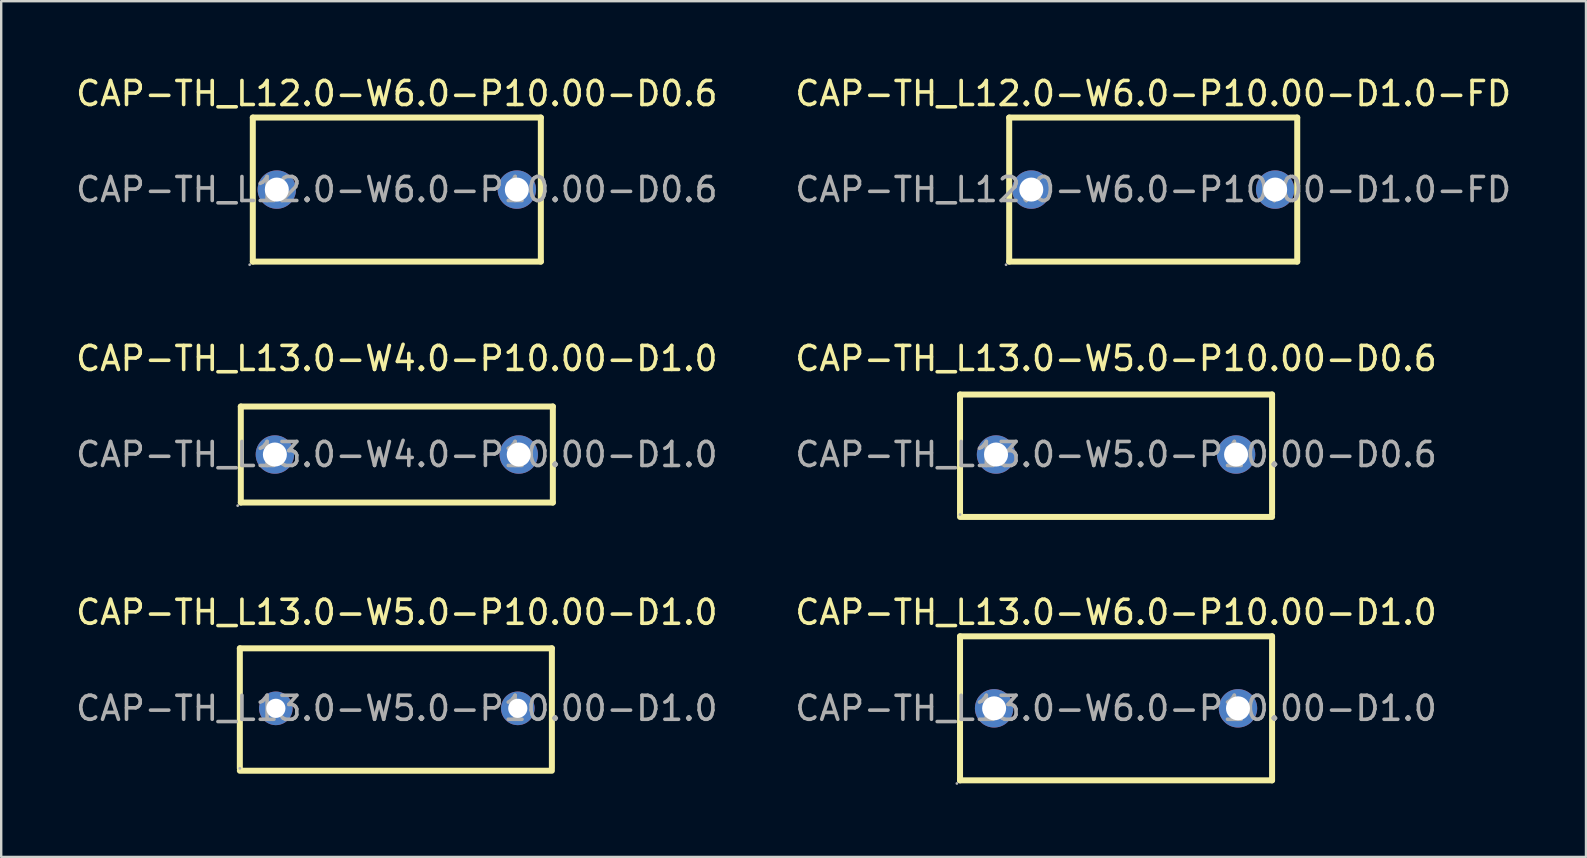
<source format=kicad_pcb>
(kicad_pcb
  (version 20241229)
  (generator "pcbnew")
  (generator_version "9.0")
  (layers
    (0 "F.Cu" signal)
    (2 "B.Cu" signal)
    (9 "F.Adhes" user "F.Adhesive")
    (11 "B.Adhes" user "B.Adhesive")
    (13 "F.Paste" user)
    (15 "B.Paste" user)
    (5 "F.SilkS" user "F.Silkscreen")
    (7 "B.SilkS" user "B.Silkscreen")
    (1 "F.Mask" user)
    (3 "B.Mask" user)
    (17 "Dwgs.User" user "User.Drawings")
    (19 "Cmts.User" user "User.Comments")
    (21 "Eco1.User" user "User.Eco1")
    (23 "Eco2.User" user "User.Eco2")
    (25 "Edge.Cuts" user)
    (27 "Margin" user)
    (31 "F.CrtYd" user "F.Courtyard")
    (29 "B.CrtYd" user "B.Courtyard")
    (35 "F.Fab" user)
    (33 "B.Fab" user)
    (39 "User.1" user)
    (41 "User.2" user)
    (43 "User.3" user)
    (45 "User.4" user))
  (footprint "CAP-TH_L13.0-W4.0-P10.00-D1.0"
    (layer "F.Cu")
    (at 13.482 15.886)
    (property "Reference" "CAP-TH_L13.0-W4.0-P10.00-D1.0" (at 0 -4 0) (layer "F.SilkS") (effects (font (size 1 1) (thickness 0.15))))
    (attr through_hole)
    (fp_line (start -6.5 -2) (end 6.5 -2) (stroke (width 0.25) (type solid)) (layer "F.SilkS"))
    (fp_line (start -6.5 2) (end -6.5 -2) (stroke (width 0.25) (type solid)) (layer "F.SilkS"))
    (fp_line (start 6.5 -2) (end 6.5 2) (stroke (width 0.25) (type solid)) (layer "F.SilkS"))
    (fp_line (start 6.5 2) (end -6.5 2) (stroke (width 0.25) (type solid)) (layer "F.SilkS"))
    (fp_circle (center -6.63 2.13) (end -6.6 2.13) (stroke (width 0.06) (type solid)) (fill no) (layer "F.Fab"))
    (fp_circle (center -5.08 0) (end -4.88 0) (stroke (width 0.4) (type solid)) (fill no) (layer "F.Fab"))
    (fp_circle (center 5.08 0) (end 5.28 0) (stroke (width 0.4) (type solid)) (fill no) (layer "F.Fab"))
    (fp_text user "${REFERENCE}" (at 0 0 0) (layer "F.Fab") (effects (font (size 1 1) (thickness 0.15))))
    (pad "1" thru_hole circle (at -5.08 0) (size 1.6 1.6) (drill 1) (layers "*.Cu" "*.Paste" "*.Mask"))
    (pad "2" thru_hole circle (at 5.08 0) (size 1.6 1.6) (drill 1) (layers "*.Cu" "*.Paste" "*.Mask")))
  (footprint "CAP-TH_L12.0-W6.0-P10.00-D0.6"
    (layer "F.Cu")
    (at 13.482 4.848)
    (property "Reference" "CAP-TH_L12.0-W6.0-P10.00-D0.6" (at 0 -4 0) (layer "F.SilkS") (effects (font (size 1 1) (thickness 0.15))))
    (attr through_hole)
    (fp_line (start -6 -3) (end 6 -3) (stroke (width 0.25) (type solid)) (layer "F.SilkS"))
    (fp_line (start -6 3) (end -6 -3) (stroke (width 0.25) (type solid)) (layer "F.SilkS"))
    (fp_line (start 6 -3) (end 6 3) (stroke (width 0.25) (type solid)) (layer "F.SilkS"))
    (fp_line (start 6 3) (end -6 3) (stroke (width 0.25) (type solid)) (layer "F.SilkS"))
    (fp_circle (center -6.13 3.13) (end -6.1 3.13) (stroke (width 0.06) (type solid)) (fill no) (layer "F.Fab"))
    (fp_circle (center -5 0) (end -4.8 0) (stroke (width 0.4) (type solid)) (fill no) (layer "F.Fab"))
    (fp_circle (center 5 0) (end 5.2 0) (stroke (width 0.4) (type solid)) (fill no) (layer "F.Fab"))
    (fp_text user "${REFERENCE}" (at 0 0 0) (layer "F.Fab") (effects (font (size 1 1) (thickness 0.15))))
    (pad "1" thru_hole circle (at -5 0) (size 1.6 1.6) (drill 1) (layers "*.Cu" "*.Paste" "*.Mask"))
    (pad "2" thru_hole circle (at 5 0) (size 1.6 1.6) (drill 1) (layers "*.Cu" "*.Paste" "*.Mask")))
  (footprint "CAP-TH_L13.0-W6.0-P10.00-D1.0"
    (layer "F.Cu")
    (at 43.446 26.46)
    (property "Reference" "CAP-TH_L13.0-W6.0-P10.00-D1.0" (at 0 -4 0) (layer "F.SilkS") (effects (font (size 1 1) (thickness 0.15))))
    (attr through_hole)
    (fp_line (start -6.5 -3) (end 6.5 -3) (stroke (width 0.25) (type solid)) (layer "F.SilkS"))
    (fp_line (start -6.5 3) (end -6.5 -3) (stroke (width 0.25) (type solid)) (layer "F.SilkS"))
    (fp_line (start 6.5 -3) (end 6.5 3) (stroke (width 0.25) (type solid)) (layer "F.SilkS"))
    (fp_line (start 6.5 3) (end -6.5 3) (stroke (width 0.25) (type solid)) (layer "F.SilkS"))
    (fp_circle (center -6.63 3.13) (end -6.6 3.13) (stroke (width 0.06) (type solid)) (fill no) (layer "F.Fab"))
    (fp_circle (center -5.08 0) (end -4.88 0) (stroke (width 0.4) (type solid)) (fill no) (layer "F.Fab"))
    (fp_circle (center 5.08 0) (end 5.28 0) (stroke (width 0.4) (type solid)) (fill no) (layer "F.Fab"))
    (fp_text user "${REFERENCE}" (at 0 0 0) (layer "F.Fab") (effects (font (size 1 1) (thickness 0.15))))
    (pad "1" thru_hole circle (at -5.08 0) (size 1.6 1.6) (drill 1) (layers "*.Cu" "*.Paste" "*.Mask"))
    (pad "2" thru_hole circle (at 5.08 0) (size 1.6 1.6) (drill 1) (layers "*.Cu" "*.Paste" "*.Mask")))
  (footprint "CAP-TH_L12.0-W6.0-P10.00-D1.0-FD"
    (layer "F.Cu")
    (at 44.994 4.848)
    (property "Reference" "CAP-TH_L12.0-W6.0-P10.00-D1.0-FD" (at 0 -4 0) (layer "F.SilkS") (effects (font (size 1 1) (thickness 0.15))))
    (attr through_hole)
    (fp_line (start -6 -3) (end 6 -3) (stroke (width 0.25) (type solid)) (layer "F.SilkS"))
    (fp_line (start -6 3) (end -6 -3) (stroke (width 0.25) (type solid)) (layer "F.SilkS"))
    (fp_line (start 6 -3) (end 6 3) (stroke (width 0.25) (type solid)) (layer "F.SilkS"))
    (fp_line (start 6 3) (end -6 3) (stroke (width 0.25) (type solid)) (layer "F.SilkS"))
    (fp_circle (center -6.13 3.13) (end -6.1 3.13) (stroke (width 0.06) (type solid)) (fill no) (layer "F.Fab"))
    (fp_circle (center -5.08 0) (end -4.88 0) (stroke (width 0.4) (type solid)) (fill no) (layer "F.Fab"))
    (fp_circle (center 5.08 0) (end 5.28 0) (stroke (width 0.4) (type solid)) (fill no) (layer "F.Fab"))
    (fp_text user "${REFERENCE}" (at 0 0 0) (layer "F.Fab") (effects (font (size 1 1) (thickness 0.15))))
    (pad "1" thru_hole circle (at -5.08 0) (size 1.6 1.6) (drill 1) (layers "*.Cu" "*.Paste" "*.Mask"))
    (pad "2" thru_hole circle (at 5.08 0) (size 1.6 1.6) (drill 1) (layers "*.Cu" "*.Paste" "*.Mask")))
  (footprint "CAP-TH_L13.0-W5.0-P10.00-D0.6"
    (layer "F.Cu")
    (at 43.446 15.886)
    (property "Reference" "CAP-TH_L13.0-W5.0-P10.00-D0.6" (at 0 -4 0) (layer "F.SilkS") (effects (font (size 1 1) (thickness 0.15))))
    (attr through_hole)
    (fp_line (start -6.5 -2.5) (end 6.5 -2.5) (stroke (width 0.25) (type solid)) (layer "F.SilkS"))
    (fp_line (start -6.5 2.5) (end -6.5 -2.5) (stroke (width 0.25) (type solid)) (layer "F.SilkS"))
    (fp_line (start 6.5 -2.5) (end 6.5 2.5) (stroke (width 0.25) (type solid)) (layer "F.SilkS"))
    (fp_line (start 6.5 2.6) (end -6.5 2.6) (stroke (width 0.25) (type solid)) (layer "F.SilkS"))
    (fp_circle (center -6.5 2.5) (end -6.47 2.5) (stroke (width 0.06) (type solid)) (fill no) (layer "F.Fab"))
    (fp_circle (center -5 0) (end -4.85 0) (stroke (width 0.3) (type solid)) (fill no) (layer "F.Fab"))
    (fp_circle (center 5 0) (end 5.15 0) (stroke (width 0.3) (type solid)) (fill no) (layer "F.Fab"))
    (fp_text user "${REFERENCE}" (at 0 0 0) (layer "F.Fab") (effects (font (size 1 1) (thickness 0.15))))
    (pad "1" thru_hole circle (at -5 0) (size 1.6 1.6) (drill 1) (layers "*.Cu" "*.Paste" "*.Mask"))
    (pad "2" thru_hole circle (at 5 0) (size 1.6 1.6) (drill 1) (layers "*.Cu" "*.Paste" "*.Mask")))
  (footprint "CAP-TH_L13.0-W5.0-P10.00-D1.0"
    (layer "F.Cu")
    (at 13.482 26.46)
    (property "Reference" "CAP-TH_L13.0-W5.0-P10.00-D1.0" (at 0 -4 0) (layer "F.SilkS") (effects (font (size 1 1) (thickness 0.15))))
    (attr through_hole)
    (fp_line (start -6.54 -2.5) (end 6.46 -2.5) (stroke (width 0.25) (type solid)) (layer "F.SilkS"))
    (fp_line (start -6.54 2.5) (end -6.54 -2.5) (stroke (width 0.25) (type solid)) (layer "F.SilkS"))
    (fp_line (start 6.46 -2.5) (end 6.46 2.5) (stroke (width 0.25) (type solid)) (layer "F.SilkS"))
    (fp_line (start 6.46 2.6) (end -6.54 2.6) (stroke (width 0.25) (type solid)) (layer "F.SilkS"))
    (fp_circle (center -6.54 2.5) (end -6.51 2.5) (stroke (width 0.06) (type solid)) (fill no) (layer "F.Fab"))
    (fp_circle (center -5.04 0) (end -4.89 0) (stroke (width 0.3) (type solid)) (fill no) (layer "F.Fab"))
    (fp_circle (center 5.04 0) (end 5.19 0) (stroke (width 0.3) (type solid)) (fill no) (layer "F.Fab"))
    (fp_text user "${REFERENCE}" (at 0 0 0) (layer "F.Fab") (effects (font (size 1 1) (thickness 0.15))))
    (pad "1" thru_hole circle (at -5.04 0) (size 1.4 1.4) (drill 0.8) (layers "*.Cu" "*.Paste" "*.Mask"))
    (pad "2" thru_hole circle (at 5.04 0) (size 1.4 1.4) (drill 0.8) (layers "*.Cu" "*.Paste" "*.Mask")))
  (gr_rect
    (start -3 -3)
    (end 63.024 32.65)
    (stroke (width 0.1) (type default))
    (fill no)
    (layer "Edge.Cuts")))
</source>
